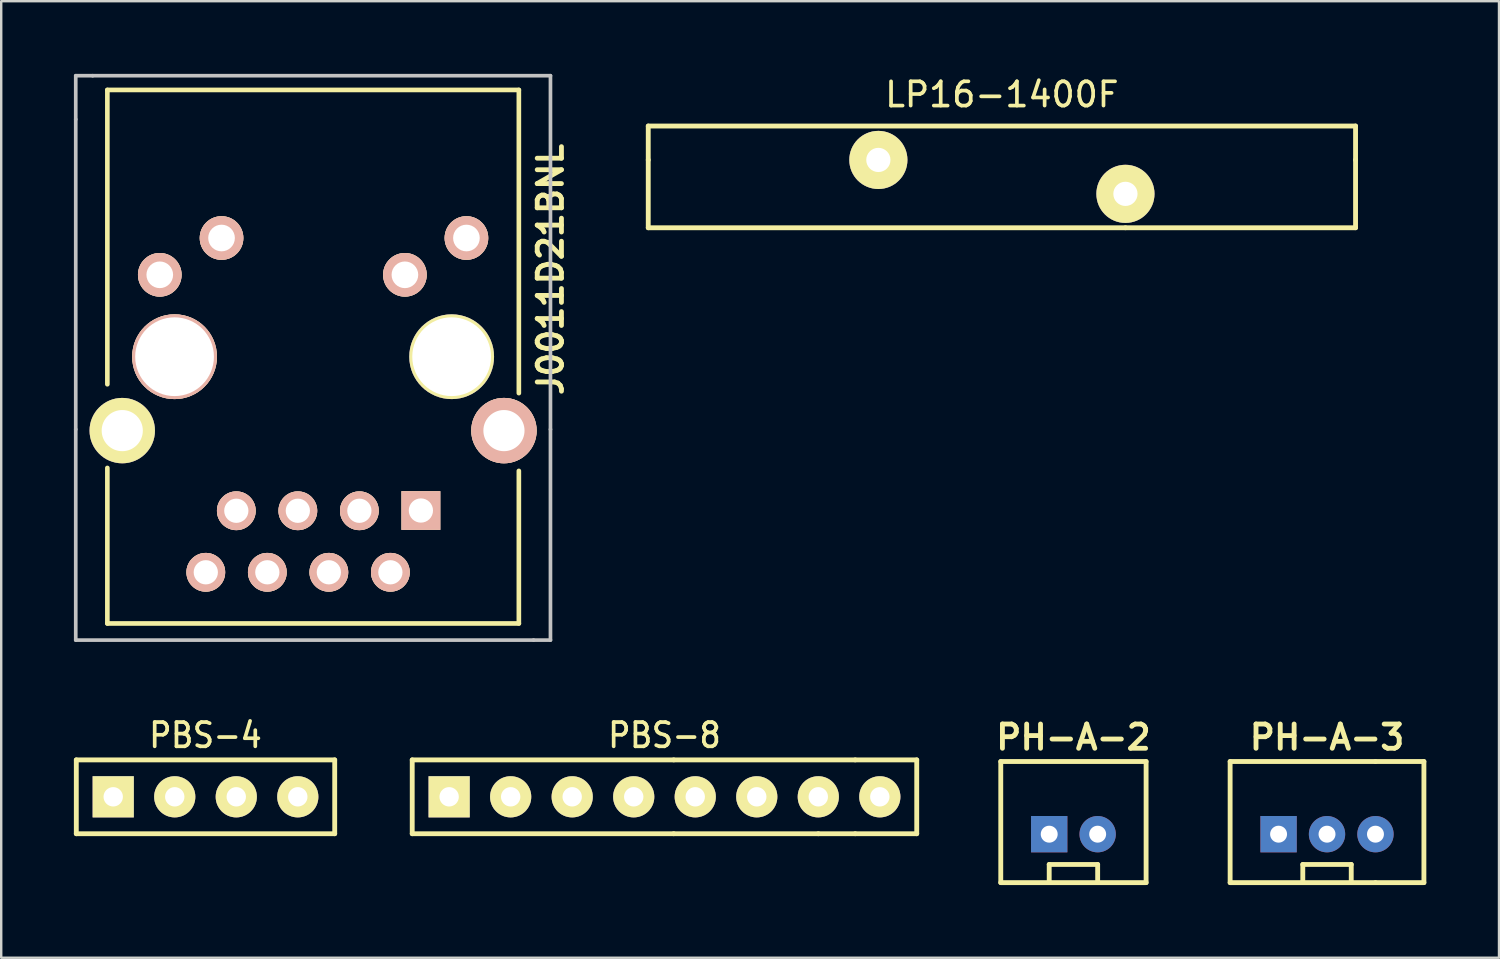
<source format=kicad_pcb>
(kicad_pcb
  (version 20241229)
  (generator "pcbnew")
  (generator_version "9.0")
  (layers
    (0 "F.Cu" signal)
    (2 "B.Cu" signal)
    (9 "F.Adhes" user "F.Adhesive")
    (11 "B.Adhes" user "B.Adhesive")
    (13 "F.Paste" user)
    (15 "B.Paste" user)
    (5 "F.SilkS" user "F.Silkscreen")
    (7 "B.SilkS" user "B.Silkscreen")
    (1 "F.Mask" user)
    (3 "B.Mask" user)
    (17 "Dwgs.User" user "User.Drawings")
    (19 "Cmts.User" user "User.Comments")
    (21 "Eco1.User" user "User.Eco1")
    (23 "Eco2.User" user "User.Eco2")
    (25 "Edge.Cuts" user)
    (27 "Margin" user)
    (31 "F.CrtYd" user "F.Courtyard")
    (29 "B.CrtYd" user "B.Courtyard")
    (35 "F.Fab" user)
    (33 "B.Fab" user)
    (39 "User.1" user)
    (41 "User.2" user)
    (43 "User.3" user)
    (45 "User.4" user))
  (footprint "PBS-4"
    (layer "F.Cu")
    (at 5.434 29.845)
    (property "Reference" "PBS-4" (at 0 -2.54 180) (layer "F.SilkS") (effects (font (size 1.001 0.899) (thickness 0.152))))
    (attr through_hole)
    (fp_line (start -5.334 1.524) (end -5.334 -1.524) (stroke (width 0.2) (type solid)) (layer "F.SilkS"))
    (fp_line (start 5.334 -1.524) (end -5.334 -1.524) (stroke (width 0.2) (type solid)) (layer "F.SilkS"))
    (fp_line (start 5.334 -1.524) (end 5.334 1.524) (stroke (width 0.2) (type solid)) (layer "F.SilkS"))
    (fp_line (start 5.334 1.524) (end -5.334 1.524) (stroke (width 0.2) (type solid)) (layer "F.SilkS"))
    (pad "1" thru_hole rect (at -3.81 0) (size 1.7 1.7) (drill 0.8) (layers "*.Cu" "*.Mask" "F.SilkS"))
    (pad "2" thru_hole circle (at -1.27 0 90) (size 1.7 1.7) (drill 0.8) (layers "*.Cu" "*.Mask" "F.SilkS"))
    (pad "3" thru_hole circle (at 1.27 0 90) (size 1.7 1.7) (drill 0.8) (layers "*.Cu" "*.Mask" "F.SilkS"))
    (pad "4" thru_hole circle (at 3.81 0 90) (size 1.7 1.7) (drill 0.8) (layers "*.Cu" "*.Mask" "F.SilkS")))
  (footprint "PBS-8"
    (layer "F.Cu")
    (at 24.382 29.845)
    (property "Reference" "PBS-8" (at 0 -2.54 180) (layer "F.SilkS") (effects (font (size 1.001 0.899) (thickness 0.152))))
    (attr through_hole)
    (fp_line (start -10.414 -1.524) (end 0.381 -1.524) (stroke (width 0.2) (type solid)) (layer "F.SilkS"))
    (fp_line (start -10.414 1.524) (end -10.414 -1.524) (stroke (width 0.2) (type solid)) (layer "F.SilkS"))
    (fp_line (start -10.414 1.524) (end 0.381 1.524) (stroke (width 0.2) (type solid)) (layer "F.SilkS"))
    (fp_line (start 0.381 1.524) (end 6.35 1.524) (stroke (width 0.2) (type solid)) (layer "F.SilkS"))
    (fp_line (start 6.35 1.524) (end 7.874 1.524) (stroke (width 0.2) (type solid)) (layer "F.SilkS"))
    (fp_line (start 7.874 -1.524) (end 0.381 -1.524) (stroke (width 0.2) (type solid)) (layer "F.SilkS"))
    (fp_line (start 7.874 -1.524) (end 10.414 -1.524) (stroke (width 0.2) (type solid)) (layer "F.SilkS"))
    (fp_line (start 7.874 1.524) (end 10.414 1.524) (stroke (width 0.2) (type solid)) (layer "F.SilkS"))
    (fp_line (start 10.414 -1.524) (end 10.414 1.524) (stroke (width 0.2) (type solid)) (layer "F.SilkS"))
    (pad "1" thru_hole rect (at -8.89 0) (size 1.7 1.7) (drill 0.8) (layers "*.Cu" "*.Mask" "F.SilkS"))
    (pad "2" thru_hole circle (at -6.35 0 90) (size 1.7 1.7) (drill 0.8) (layers "*.Cu" "*.Mask" "F.SilkS"))
    (pad "3" thru_hole circle (at -3.81 0 90) (size 1.7 1.7) (drill 0.8) (layers "*.Cu" "*.Mask" "F.SilkS"))
    (pad "4" thru_hole circle (at -1.27 0 90) (size 1.7 1.7) (drill 0.8) (layers "*.Cu" "*.Mask" "F.SilkS"))
    (pad "5" thru_hole circle (at 1.27 0 90) (size 1.7 1.7) (drill 0.8) (layers "*.Cu" "*.Mask" "F.SilkS"))
    (pad "6" thru_hole circle (at 3.81 0 90) (size 1.7 1.7) (drill 0.8) (layers "*.Cu" "*.Mask" "F.SilkS"))
    (pad "7" thru_hole circle (at 6.35 0 90) (size 1.7 1.7) (drill 0.8) (layers "*.Cu" "*.Mask" "F.SilkS"))
    (pad "8" thru_hole circle (at 8.89 0) (size 1.7 1.7) (drill 0.8) (layers "*.Cu" "*.Mask" "F.SilkS")))
  (footprint "LP16-1400F"
    (layer "F.Cu")
    (at 38.312 4.253)
    (property "Reference" "LP16-1400F" (at 0 -3.4 180) (layer "F.SilkS") (effects (font (size 1.001 1.001) (thickness 0.152))))
    (attr through_hole)
    (fp_line (start -14.6 -0.7) (end -14.6 -2.1) (stroke (width 0.2) (type solid)) (layer "F.SilkS"))
    (fp_line (start -14.6 2.1) (end -14.6 -0.7) (stroke (width 0.2) (type solid)) (layer "F.SilkS"))
    (fp_line (start 5.1 2.1) (end -14.6 2.1) (stroke (width 0.2) (type solid)) (layer "F.SilkS"))
    (fp_line (start 5.1 2.1) (end 14.6 2.1) (stroke (width 0.2) (type solid)) (layer "F.SilkS"))
    (fp_line (start 14.6 -2.1) (end -14.6 -2.1) (stroke (width 0.2) (type solid)) (layer "F.SilkS"))
    (fp_line (start 14.6 -0.7) (end 14.6 -2.1) (stroke (width 0.2) (type solid)) (layer "F.SilkS"))
    (fp_line (start 14.6 2.1) (end 14.6 -0.7) (stroke (width 0.2) (type solid)) (layer "F.SilkS"))
    (pad "1" thru_hole circle (at -5.1 -0.7) (size 2.4 2.4) (drill 1) (layers "*.Cu" "*.Mask" "F.SilkS"))
    (pad "2" thru_hole circle (at 5.1 0.7) (size 2.4 2.4) (drill 1) (layers "*.Cu" "*.Mask" "F.SilkS")))
  (footprint "PH-A-2"
    (layer "F.Cu")
    (at 40.265 31.388)
    (property "Reference" "PH-A-2" (at 1 -4 0) (layer "F.SilkS") (effects (font (size 1.001 1.001) (thickness 0.2))))
    (attr smd)
    (fp_line (start -2 -3) (end 4 -3) (stroke (width 0.2) (type solid)) (layer "F.SilkS"))
    (fp_line (start -2 2) (end -2 -3) (stroke (width 0.2) (type solid)) (layer "F.SilkS"))
    (fp_line (start 0 1.25) (end 2 1.25) (stroke (width 0.2) (type solid)) (layer "F.SilkS"))
    (fp_line (start 0 2) (end 0 1.25) (stroke (width 0.2) (type solid)) (layer "F.SilkS"))
    (fp_line (start 2 1.25) (end 2 2) (stroke (width 0.2) (type solid)) (layer "F.SilkS"))
    (fp_line (start 4 -3) (end 4 2) (stroke (width 0.2) (type solid)) (layer "F.SilkS"))
    (fp_line (start 4 2) (end -2 2) (stroke (width 0.2) (type solid)) (layer "F.SilkS"))
    (pad "1" thru_hole rect (at 0 0) (size 1.5 1.5) (drill 0.7) (layers "*.Cu" "*.Mask"))
    (pad "2" thru_hole circle (at 2 0) (size 1.5 1.5) (drill 0.7) (layers "*.Cu" "*.Mask")))
  (footprint "PH-A-3"
    (layer "F.Cu")
    (at 49.734 31.388)
    (property "Reference" "PH-A-3" (at 2 -4 0) (layer "F.SilkS") (effects (font (size 1.001 1.001) (thickness 0.2))))
    (attr smd)
    (fp_line (start -2 -3) (end 4 -3) (stroke (width 0.2) (type solid)) (layer "F.SilkS"))
    (fp_line (start -2 2) (end -2 -3) (stroke (width 0.2) (type solid)) (layer "F.SilkS"))
    (fp_line (start 1 1.25) (end 3 1.25) (stroke (width 0.2) (type solid)) (layer "F.SilkS"))
    (fp_line (start 1 2) (end 1 1.25) (stroke (width 0.2) (type solid)) (layer "F.SilkS"))
    (fp_line (start 3 1.25) (end 3 2) (stroke (width 0.2) (type solid)) (layer "F.SilkS"))
    (fp_line (start 4 2) (end -2 2) (stroke (width 0.2) (type solid)) (layer "F.SilkS"))
    (fp_line (start 4 2) (end 6 2) (stroke (width 0.2) (type solid)) (layer "F.SilkS"))
    (fp_line (start 6 -3) (end 4 -3) (stroke (width 0.2) (type solid)) (layer "F.SilkS"))
    (fp_line (start 6 2) (end 6 -3) (stroke (width 0.2) (type solid)) (layer "F.SilkS"))
    (pad "1" thru_hole rect (at 0 0) (size 1.5 1.5) (drill 0.7) (layers "*.Cu" "*.Mask"))
    (pad "2" thru_hole circle (at 2 0) (size 1.5 1.5) (drill 0.7) (layers "*.Cu" "*.Mask"))
    (pad "3" thru_hole circle (at 4 0) (size 1.5 1.5) (drill 0.7) (layers "*.Cu" "*.Mask")))
  (footprint "J0011D21BNL"
    (layer "F.Cu")
    (at 9.876 11.676)
    (property "Reference" "J0011D21BNL" (at 9.8 -3.6 90) (layer "F.SilkS") (effects (font (size 1 1) (thickness 0.2))))
    (attr through_hole)
    (fp_line (start -8.494 -11.013) (end 8.494 -11.013) (stroke (width 0.191) (type solid)) (layer "F.SilkS"))
    (fp_line (start -8.494 1.138) (end -8.494 -11.013) (stroke (width 0.191) (type solid)) (layer "F.SilkS"))
    (fp_line (start -8.494 11.013) (end -8.494 4.592) (stroke (width 0.191) (type solid)) (layer "F.SilkS"))
    (fp_line (start 8.494 -11.013) (end 8.494 1.504) (stroke (width 0.191) (type solid)) (layer "F.SilkS"))
    (fp_line (start 8.494 4.714) (end 8.494 11.013) (stroke (width 0.191) (type solid)) (layer "F.SilkS"))
    (fp_line (start 8.494 11.013) (end -8.494 11.013) (stroke (width 0.191) (type solid)) (layer "F.SilkS"))
    (fp_line (start -9.799 -11.6) (end -9.101 -11.6) (stroke (width 0.152) (type solid)) (layer "Dwgs.User"))
    (fp_line (start -9.799 -9.799) (end -9.799 -11.6) (stroke (width 0.152) (type solid)) (layer "Dwgs.User"))
    (fp_line (start -9.799 3) (end -9.799 -9.799) (stroke (width 0.152) (type solid)) (layer "Dwgs.User"))
    (fp_line (start -9.799 3) (end -9.799 11.699) (stroke (width 0.152) (type solid)) (layer "Dwgs.User"))
    (fp_line (start -9.799 11.699) (end 9.101 11.699) (stroke (width 0.152) (type solid)) (layer "Dwgs.User"))
    (fp_line (start 9.799 -11.6) (end -9.101 -11.6) (stroke (width 0.152) (type solid)) (layer "Dwgs.User"))
    (fp_line (start 9.799 3) (end 9.799 -11.6) (stroke (width 0.152) (type solid)) (layer "Dwgs.User"))
    (fp_line (start 9.799 3) (end 9.799 11.699) (stroke (width 0.152) (type solid)) (layer "Dwgs.User"))
    (fp_line (start 9.799 11.699) (end 9.101 11.699) (stroke (width 0.152) (type solid)) (layer "Dwgs.User"))
    (pad "" thru_hole circle (at -5.72 0 180) (size 3.5 3.5) (drill 3.251) (layers "*.Cu" "*.SilkS" "*.Mask"))
    (pad "" thru_hole circle (at 5.72 0 180) (size 3.5 3.5) (drill 3.251) (layers "*.Cu" "*.Mask" "F.SilkS"))
    (pad "1" thru_hole rect (at 4.45 6.35 180) (size 1.6 1.6) (drill 1.001) (layers "*.Cu" "*.SilkS" "*.Mask"))
    (pad "2" thru_hole circle (at 3.19 8.9 180) (size 1.6 1.6) (drill 1.001) (layers "*.Cu" "*.SilkS" "*.Mask"))
    (pad "3" thru_hole circle (at 1.91 6.36 180) (size 1.6 1.6) (drill 1.001) (layers "*.Cu" "*.SilkS" "*.Mask"))
    (pad "4" thru_hole circle (at 0.65 8.9 180) (size 1.6 1.6) (drill 1.001) (layers "*.Cu" "*.SilkS" "*.Mask"))
    (pad "5" thru_hole circle (at -0.63 6.36 180) (size 1.6 1.6) (drill 1.001) (layers "*.Cu" "*.SilkS" "*.Mask"))
    (pad "6" thru_hole circle (at -1.89 8.9 180) (size 1.6 1.6) (drill 1.001) (layers "*.Cu" "*.SilkS" "*.Mask"))
    (pad "7" thru_hole circle (at -3.17 6.36 180) (size 1.6 1.6) (drill 1.001) (layers "*.Cu" "*.SilkS" "*.Mask"))
    (pad "8" thru_hole circle (at -4.43 8.9 180) (size 1.6 1.6) (drill 1.001) (layers "*.Cu" "*.SilkS" "*.Mask"))
    (pad "9" thru_hole circle (at 6.33 -4.9 180) (size 1.801 1.801) (drill 1.1) (layers "*.Cu" "*.SilkS" "*.Mask"))
    (pad "10" thru_hole circle (at 3.79 -3.381 180) (size 1.801 1.801) (drill 1.1) (layers "*.Cu" "*.SilkS" "*.Mask"))
    (pad "11" thru_hole circle (at -3.78 -4.9 180) (size 1.801 1.801) (drill 1.1) (layers "*.Cu" "*.SilkS" "*.Mask"))
    (pad "12" thru_hole circle (at -6.33 -3.381 180) (size 1.801 1.801) (drill 1.1) (layers "*.Cu" "*.SilkS" "*.Mask"))
    (pad "13" thru_hole circle (at -7.879 3.051 180) (size 2.7 2.7) (drill 1.699) (layers "*.Cu" "*.Mask" "F.SilkS"))
    (pad "14" thru_hole circle (at 7.879 3.051 180) (size 2.7 2.7) (drill 1.699) (layers "*.Cu" "*.SilkS" "*.Mask")))
  (gr_rect
    (start -3 -3)
    (end 58.834 36.488)
    (stroke (width 0.1) (type default))
    (fill no)
    (layer "Edge.Cuts")))
</source>
